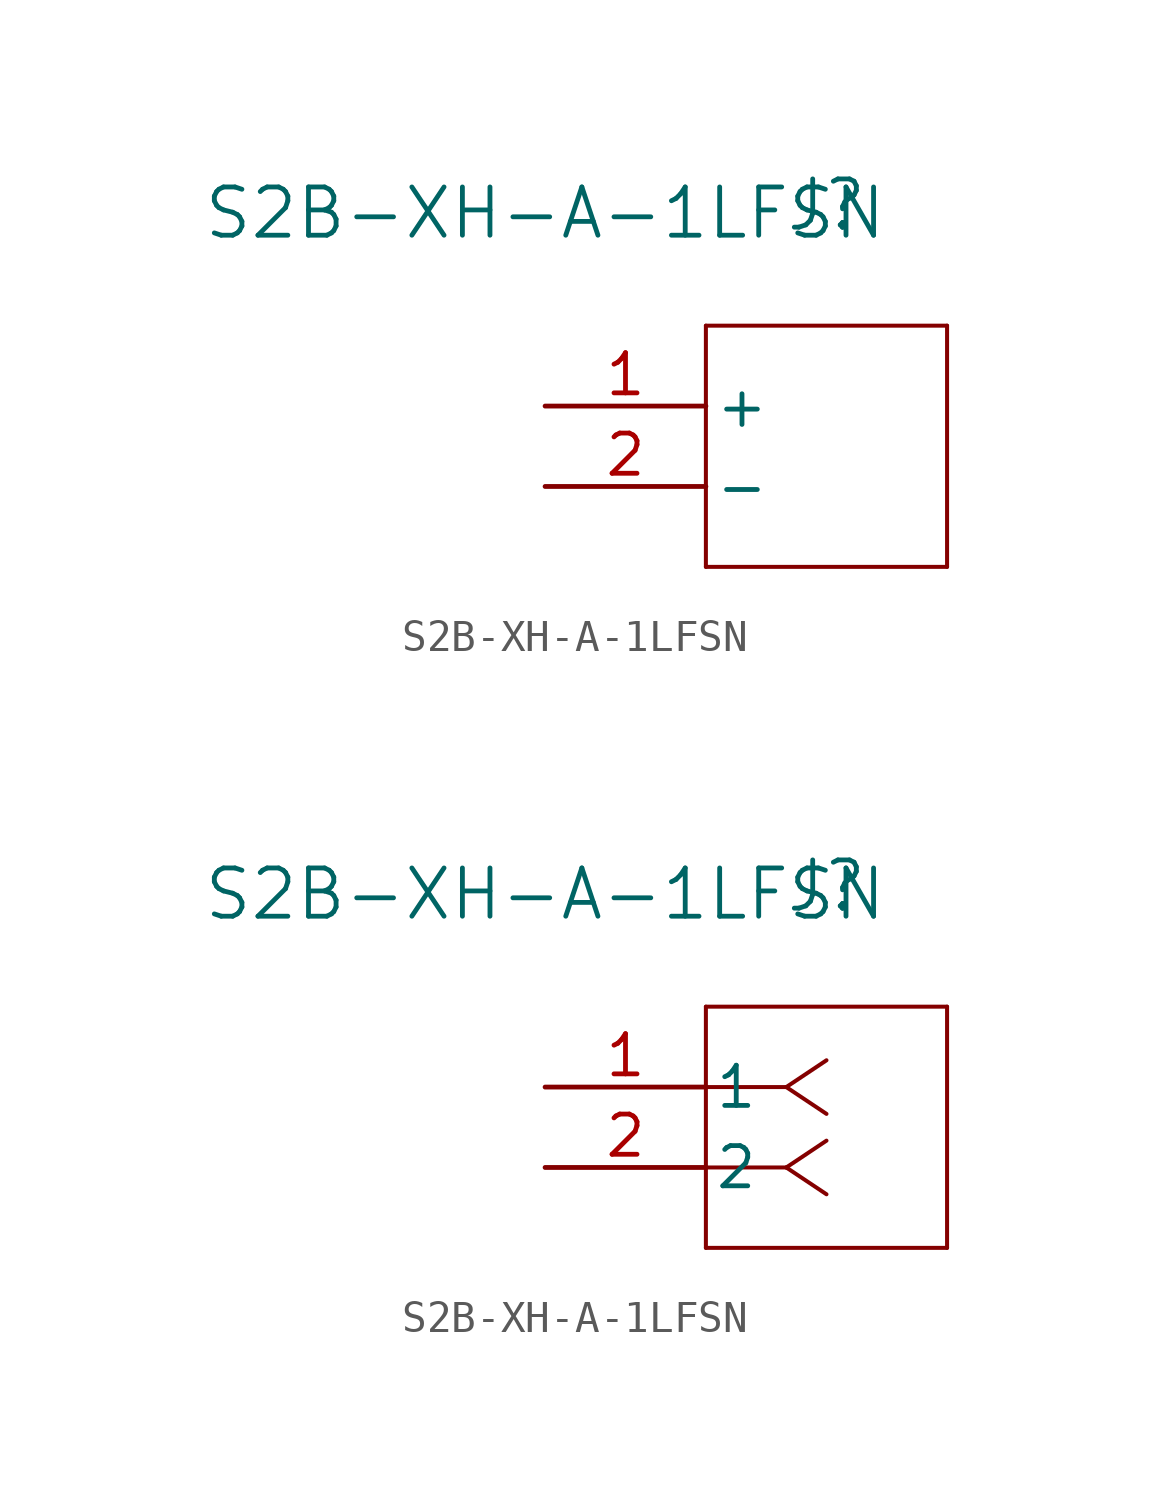
<source format=kicad_sym>
(kicad_symbol_lib
  (version 20231120)
  (generator "kicad_symbol_editor")
  (generator_version "8.0")
  (symbol "S2B-XH-A-1LFSN"
    (pin_names
      (offset 0.254))
    (property "Reference" "J"
      (at 8.89 6.35 0)
      (effects (font (size 1.524 1.524))))
    (property "Value" "S2B-XH-A-1LFSN"
      (at 0 6.096 0)
      (effects (font (size 1.524 1.524))))
    (symbol "S2B-XH-A-1LFSN_1_1"
      (polyline (pts (xy 5.08 -5.08) (xy 12.7 -5.08)) (stroke (width 0.127) (type default)) (fill (type none)))
      (polyline (pts (xy 5.08 2.54) (xy 5.08 -5.08)) (stroke (width 0.127) (type default)) (fill (type none)))
      (polyline (pts (xy 12.7 -5.08) (xy 12.7 2.54)) (stroke (width 0.127) (type default)) (fill (type none)))
      (polyline (pts (xy 12.7 2.54) (xy 5.08 2.54)) (stroke (width 0.127) (type default)) (fill (type none)))
      (pin unspecified line (at 0 0 0) (length 5.08) (name "+" (effects (font (size 1.27 1.27)))) (number "1" (effects (font (size 1.27 1.27)))))
      (pin unspecified line (at 0 -2.54 0) (length 5.08) (name "-" (effects (font (size 1.27 1.27)))) (number "2" (effects (font (size 1.27 1.27))))))
    (symbol "S2B-XH-A-1LFSN_1_2"
      (polyline (pts (xy 5.08 -5.08) (xy 12.7 -5.08)) (stroke (width 0.127) (type default)) (fill (type none)))
      (polyline (pts (xy 5.08 2.54) (xy 5.08 -5.08)) (stroke (width 0.127) (type default)) (fill (type none)))
      (polyline (pts (xy 7.62 -2.54) (xy 5.08 -2.54)) (stroke (width 0.127) (type default)) (fill (type none)))
      (polyline (pts (xy 7.62 -2.54) (xy 8.89 -3.387)) (stroke (width 0.127) (type default)) (fill (type none)))
      (polyline (pts (xy 7.62 -2.54) (xy 8.89 -1.693)) (stroke (width 0.127) (type default)) (fill (type none)))
      (polyline (pts (xy 7.62 0) (xy 5.08 0)) (stroke (width 0.127) (type default)) (fill (type none)))
      (polyline (pts (xy 7.62 0) (xy 8.89 -0.847)) (stroke (width 0.127) (type default)) (fill (type none)))
      (polyline (pts (xy 7.62 0) (xy 8.89 0.847)) (stroke (width 0.127) (type default)) (fill (type none)))
      (polyline (pts (xy 12.7 -5.08) (xy 12.7 2.54)) (stroke (width 0.127) (type default)) (fill (type none)))
      (polyline (pts (xy 12.7 2.54) (xy 5.08 2.54)) (stroke (width 0.127) (type default)) (fill (type none)))
      (pin unspecified line (at 0 0 0) (length 5.08) (name "1" (effects (font (size 1.27 1.27)))) (number "1" (effects (font (size 1.27 1.27)))))
      (pin unspecified line (at 0 -2.54 0) (length 5.08) (name "2" (effects (font (size 1.27 1.27)))) (number "2" (effects (font (size 1.27 1.27))))))))
</source>
